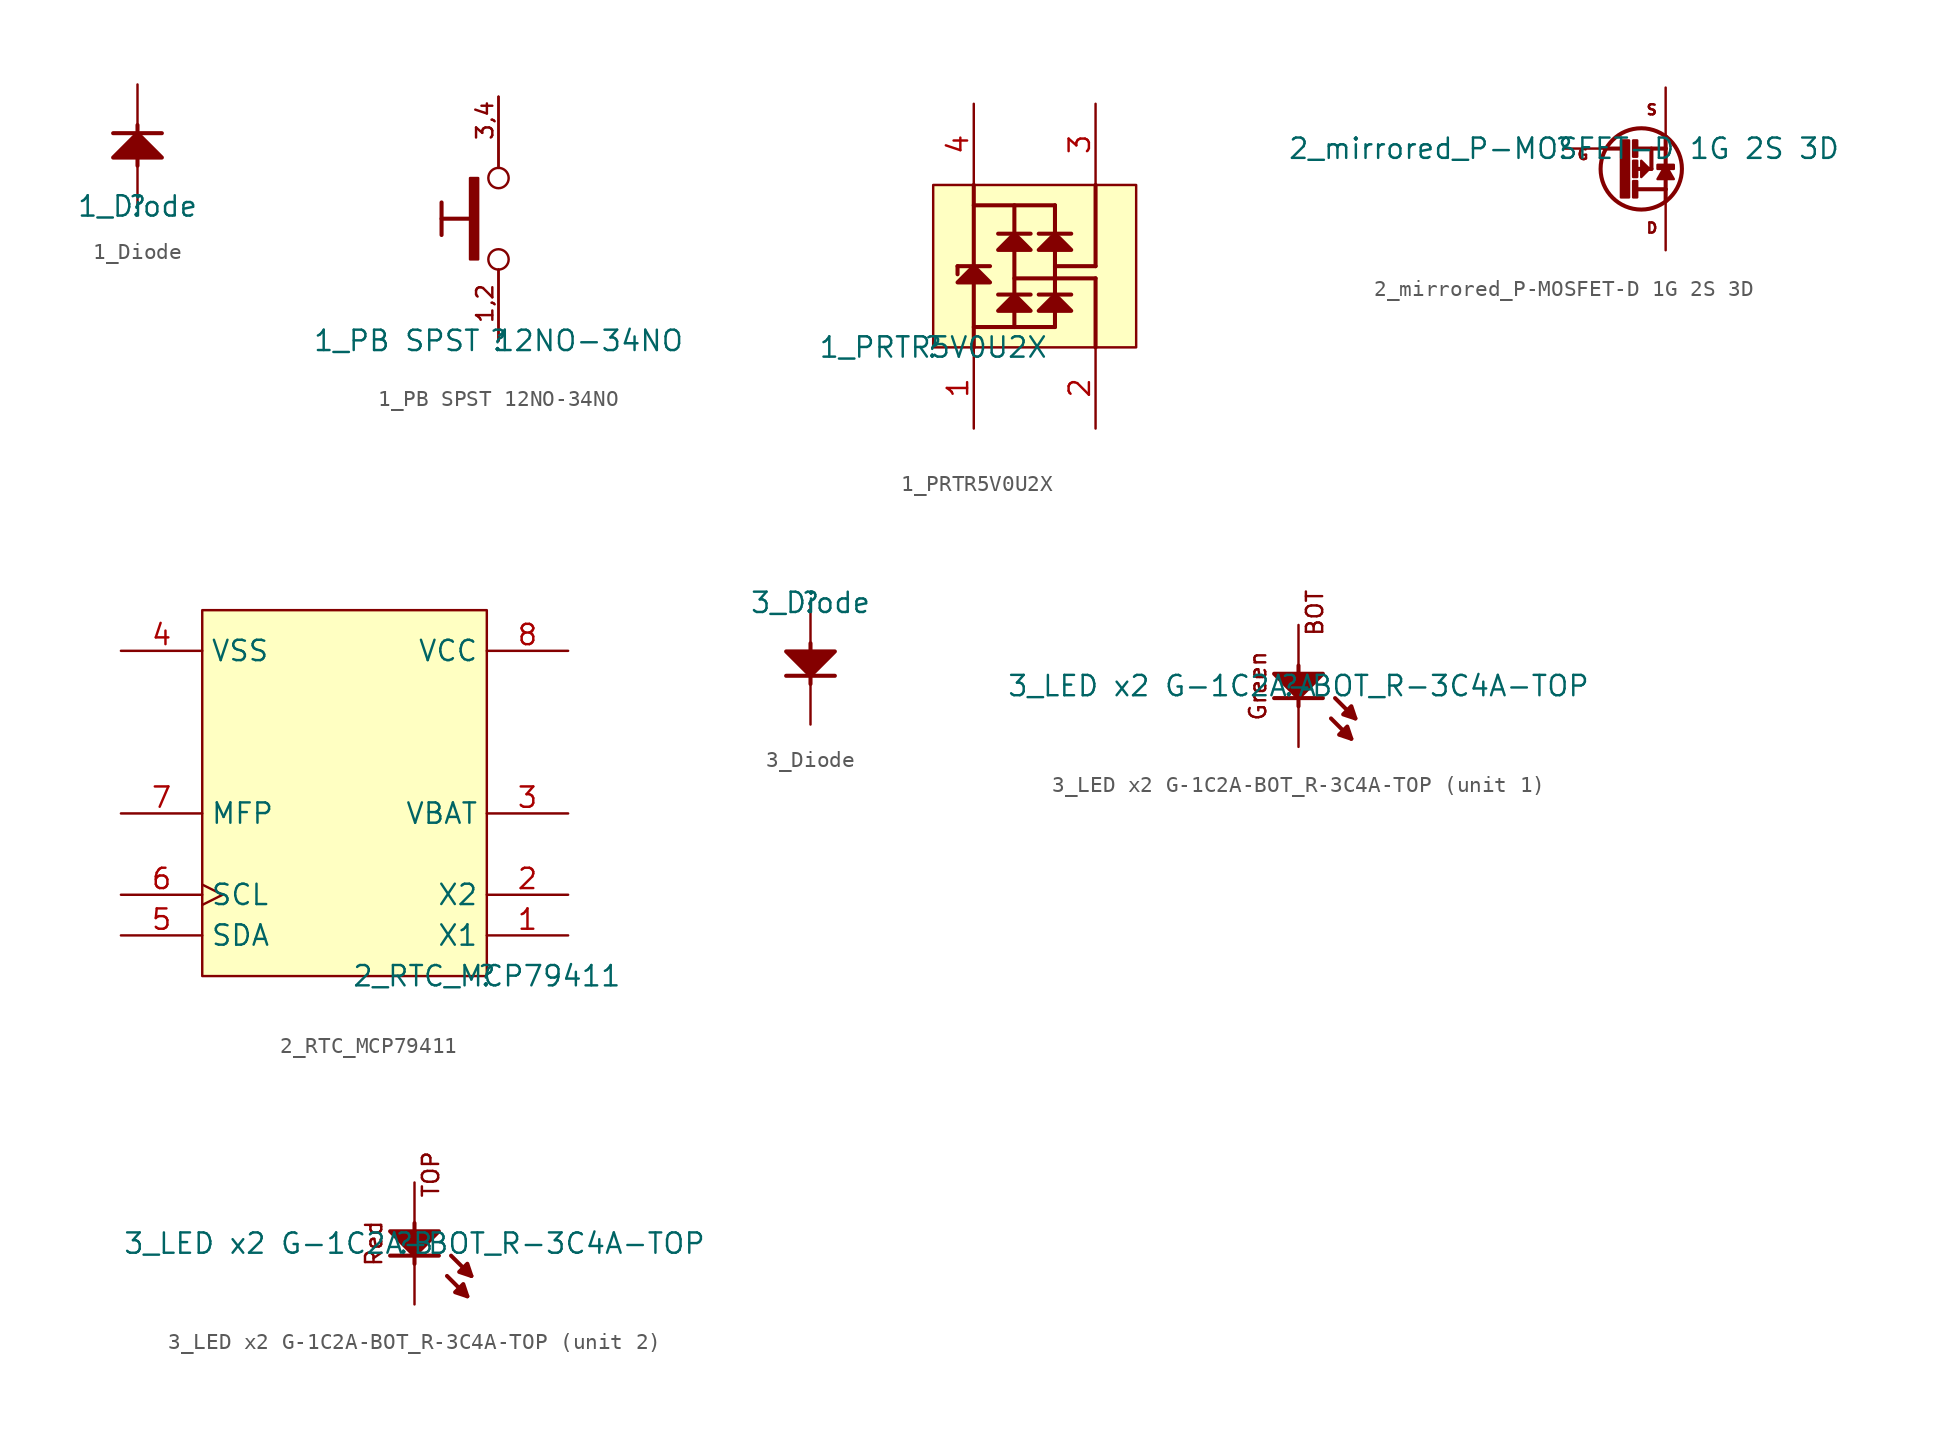
<source format=kicad_sym>
(kicad_symbol_lib
  (version 20220331)
  (generator kicad_symbol_editor)
  (symbol "1_Diode"
    (property "Reference" ""
      (at 0 0 0)
      (effects (font (size 1.27 1.27))))
    (property "Value" "1_Diode"
      (at 0 0 0)
      (effects (font (size 1.27 1.27))))
    (symbol "1_Diode_1_0"
      (polyline (pts (xy -1.524 4.572) (xy 1.524 4.572)) (stroke (width 0.254) (type solid)) (fill (type none)))
      (polyline (pts (xy 0 2.54) (xy 0 5.08)) (stroke (width 0.254) (type solid)) (fill (type none)))
      (polyline (pts (xy 1.524 3.048) (xy 0 4.572) (xy -1.524 3.048) (xy 1.524 3.048)) (stroke (width 0.254) (type solid)) (fill (type outline)))
      (pin passive line (at 0 7.62 270) (length 2.54) (name "C" (effects (font (size 0 0)))) (number "1" (effects (font (size 0 0)))))
      (pin passive line (at 0 0 90) (length 2.54) (name "A" (effects (font (size 0 0)))) (number "2" (effects (font (size 0 0)))))))
  (symbol "1_PB SPST 12NO-34NO"
    (property "Reference" ""
      (at 0 0 0)
      (effects (font (size 1.27 1.27))))
    (property "Value" "1_PB SPST 12NO-34NO"
      (at 0 0 0)
      (effects (font (size 1.27 1.27))))
    (symbol "1_PB SPST 12NO-34NO_1_0"
      (rectangle (start -1.27 10.16) (end -1.778 5.08) (stroke (width 0) (type solid)) (fill (type outline)))
      (polyline (pts (xy -3.556 8.636) (xy -3.556 6.604)) (stroke (width 0.254) (type solid)) (fill (type none)))
      (polyline (pts (xy -1.524 7.62) (xy -3.556 7.62)) (stroke (width 0.254) (type solid)) (fill (type none)))
      (circle (center 0 5.08) (radius 0.635) (stroke (width 0) (type solid)) (fill (type none)))
      (circle (center 0 10.16) (radius 0.635) (stroke (width 0) (type solid)) (fill (type none)))
      (text "1,2" (at -0.254 1.016 900) (effects (font (size 1.016 1.016)) (justify left bottom)))
      (text "3,4" (at -0.254 12.446 900) (effects (font (size 1.016 1.016)) (justify left bottom)))
      (pin bidirectional line (at 0 0 90) (length 4.445) (name "1" (effects (font (size 0 0)))) (number "1" (effects (font (size 0 0)))))
      (pin bidirectional line (at 0 0 90) (length 4.445) (name "2" (effects (font (size 0 0)))) (number "2" (effects (font (size 0 0)))))
      (pin bidirectional line (at 0 15.24 270) (length 4.445) (name "3" (effects (font (size 0 0)))) (number "3" (effects (font (size 0 0)))))
      (pin bidirectional line (at 0 15.24 270) (length 4.445) (name "4" (effects (font (size 0 0)))) (number "4" (effects (font (size 0 0)))))))
  (symbol "1_PRTR5V0U2X"
    (property "Reference" ""
      (at 0 0 0)
      (effects (font (size 1.27 1.27))))
    (property "Value" "1_PRTR5V0U2X"
      (at 0 0 0)
      (effects (font (size 1.27 1.27))))
    (symbol "1_PRTR5V0U2X_1_0"
      (polyline (pts (xy 1.524 4.572) (xy 1.524 5.08)) (stroke (width 0.254) (type solid)) (fill (type none)))
      (polyline (pts (xy 1.524 5.08) (xy 3.556 5.08)) (stroke (width 0.254) (type solid)) (fill (type none)))
      (polyline (pts (xy 2.54 0) (xy 2.54 10.16)) (stroke (width 0.254) (type solid)) (fill (type none)))
      (polyline (pts (xy 2.54 1.27) (xy 7.62 1.27)) (stroke (width 0.254) (type solid)) (fill (type none)))
      (polyline (pts (xy 2.54 8.89) (xy 7.62 8.89)) (stroke (width 0.254) (type solid)) (fill (type none)))
      (polyline (pts (xy 4.064 3.302) (xy 6.096 3.302)) (stroke (width 0.254) (type solid)) (fill (type none)))
      (polyline (pts (xy 4.064 7.112) (xy 6.096 7.112)) (stroke (width 0.254) (type solid)) (fill (type none)))
      (polyline (pts (xy 5.08 1.27) (xy 5.08 8.89)) (stroke (width 0.254) (type solid)) (fill (type none)))
      (polyline (pts (xy 6.604 3.302) (xy 8.636 3.302)) (stroke (width 0.254) (type solid)) (fill (type none)))
      (polyline (pts (xy 6.604 7.112) (xy 8.636 7.112)) (stroke (width 0.254) (type solid)) (fill (type none)))
      (polyline (pts (xy 7.62 1.27) (xy 7.62 8.89)) (stroke (width 0.254) (type solid)) (fill (type none)))
      (polyline (pts (xy 7.62 5.08) (xy 10.16 5.08)) (stroke (width 0.254) (type solid)) (fill (type none)))
      (polyline (pts (xy 10.16 4.318) (xy 5.08 4.318)) (stroke (width 0.254) (type solid)) (fill (type none)))
      (polyline (pts (xy 10.16 4.318) (xy 10.16 0)) (stroke (width 0.254) (type solid)) (fill (type none)))
      (polyline (pts (xy 10.16 10.16) (xy 10.16 5.08)) (stroke (width 0.254) (type solid)) (fill (type none)))
      (polyline (pts (xy 3.556 4.064) (xy 2.54 5.08) (xy 1.524 4.064) (xy 3.556 4.064)) (stroke (width 0.254) (type solid)) (fill (type outline)))
      (polyline (pts (xy 6.096 2.286) (xy 5.08 3.302) (xy 4.064 2.286) (xy 6.096 2.286)) (stroke (width 0.254) (type solid)) (fill (type outline)))
      (polyline (pts (xy 6.096 6.096) (xy 5.08 7.112) (xy 4.064 6.096) (xy 6.096 6.096)) (stroke (width 0.254) (type solid)) (fill (type outline)))
      (polyline (pts (xy 8.636 2.286) (xy 7.62 3.302) (xy 6.604 2.286) (xy 8.636 2.286)) (stroke (width 0.254) (type solid)) (fill (type outline)))
      (polyline (pts (xy 8.636 6.096) (xy 7.62 7.112) (xy 6.604 6.096) (xy 8.636 6.096)) (stroke (width 0.254) (type solid)) (fill (type outline)))
      (rectangle (start 12.7 10.16) (end 0 0) (stroke (width 0) (type solid)) (fill (type background)))
      (pin power_in line (at 2.54 -5.08 90) (length 5.08) (name "GND" (effects (font (size 0 0)))) (number "1" (effects (font (size 1.27 1.27)))))
      (pin bidirectional line (at 10.16 -5.08 90) (length 5.08) (name "I/O1" (effects (font (size 0 0)))) (number "2" (effects (font (size 1.27 1.27)))))
      (pin bidirectional line (at 10.16 15.24 270) (length 5.08) (name "I/O2" (effects (font (size 0 0)))) (number "3" (effects (font (size 1.27 1.27)))))
      (pin power_in line (at 2.54 15.24 270) (length 5.08) (name "VCC" (effects (font (size 0 0)))) (number "4" (effects (font (size 1.27 1.27)))))))
  (symbol "2_mirrored_P-MOSFET-D 1G 2S 3D"
    (property "Reference" ""
      (at 0 0 0)
      (effects (font (size 1.27 1.27))))
    (property "Value" "2_mirrored_P-MOSFET-D 1G 2S 3D"
      (at 0 0 0)
      (effects (font (size 1.27 1.27))))
    (symbol "2_mirrored_P-MOSFET-D 1G 2S 3D_1_0"
      (polyline (pts (xy 3.556 0) (xy 2.54 0)) (stroke (width 0.254) (type solid)) (fill (type none)))
      (polyline (pts (xy 4.445 -1.27) (xy 5.461 -1.27)) (stroke (width 0.254) (type solid)) (fill (type none)))
      (polyline (pts (xy 4.572 -2.54) (xy 6.35 -2.54)) (stroke (width 0.254) (type solid)) (fill (type none)))
      (polyline (pts (xy 4.572 0) (xy 6.35 0)) (stroke (width 0.254) (type solid)) (fill (type none)))
      (polyline (pts (xy 5.461 -1.27) (xy 5.461 0)) (stroke (width 0.254) (type solid)) (fill (type none)))
      (polyline (pts (xy 6.35 -3.302) (xy 6.35 -2.54)) (stroke (width 0.254) (type solid)) (fill (type none)))
      (polyline (pts (xy 6.35 -2.54) (xy 6.35 0)) (stroke (width 0.254) (type solid)) (fill (type none)))
      (polyline (pts (xy 6.35 0) (xy 6.35 0.762)) (stroke (width 0.254) (type solid)) (fill (type none)))
      (polyline (pts (xy 5.334 -1.27) (xy 4.826 -0.762) (xy 4.826 -1.778) (xy 5.334 -1.27)) (stroke (width 0) (type solid)) (fill (type outline)))
      (polyline (pts (xy 6.35 -1.016) (xy 6.858 -1.905) (xy 5.842 -1.905) (xy 6.35 -1.016)) (stroke (width 0) (type solid)) (fill (type outline)))
      (polyline (pts (xy 3.556 0.508) (xy 4.064 0.508) (xy 4.064 -3.048) (xy 3.556 -3.048) (xy 3.556 0.508)) (stroke (width 0) (type solid)) (fill (type outline)))
      (rectangle (start 4.572 -2.032) (end 4.318 -3.048) (stroke (width 0) (type solid)) (fill (type outline)))
      (rectangle (start 4.572 -0.762) (end 4.318 -1.778) (stroke (width 0) (type solid)) (fill (type outline)))
      (rectangle (start 4.572 0.508) (end 4.318 -0.508) (stroke (width 0) (type solid)) (fill (type outline)))
      (circle (center 4.826 -1.27) (radius 2.54) (stroke (width 0.254) (type solid)) (fill (type none)))
      (rectangle (start 6.858 -1.016) (end 5.842 -1.27) (stroke (width 0) (type solid)) (fill (type outline)))
      (text "D" (at 5.08 -5.334 0) (effects (font (size 0.635 0.635)) (justify left bottom)))
      (text "G" (at 0.762 0 0) (effects (font (size 0.635 0.635)) (justify left top)))
      (text "S" (at 5.08 2.794 0) (effects (font (size 0.635 0.635)) (justify left top)))
      (pin passive line (at 0 0 0) (length 2.54) (name "G" (effects (font (size 0 0)))) (number "1" (effects (font (size 0 0)))))
      (pin passive line (at 6.35 3.81 270) (length 3.048) (name "S" (effects (font (size 0 0)))) (number "2" (effects (font (size 0 0)))))
      (pin passive line (at 6.35 -6.35 90) (length 3.048) (name "D" (effects (font (size 0 0)))) (number "3" (effects (font (size 0 0)))))))
  (symbol "2_RTC_MCP79411"
    (property "Reference" ""
      (at 0 0 0)
      (effects (font (size 1.27 1.27))))
    (property "Value" "2_RTC_MCP79411"
      (at 0 0 0)
      (effects (font (size 1.27 1.27))))
    (symbol "2_RTC_MCP79411_1_0"
      (rectangle (start 0 22.86) (end -17.78 0) (stroke (width 0) (type solid)) (fill (type background)))
      (pin input line (at 5.08 2.54 180) (length 5.08) (name "X1" (effects (font (size 1.27 1.27)))) (number "1" (effects (font (size 1.27 1.27)))))
      (pin output line (at 5.08 5.08 180) (length 5.08) (name "X2" (effects (font (size 1.27 1.27)))) (number "2" (effects (font (size 1.27 1.27)))))
      (pin power_in line (at 5.08 10.16 180) (length 5.08) (name "VBAT" (effects (font (size 1.27 1.27)))) (number "3" (effects (font (size 1.27 1.27)))))
      (pin power_in line (at -22.86 20.32 0) (length 5.08) (name "VSS" (effects (font (size 1.27 1.27)))) (number "4" (effects (font (size 1.27 1.27)))))
      (pin bidirectional line (at -22.86 2.54 0) (length 5.08) (name "SDA" (effects (font (size 1.27 1.27)))) (number "5" (effects (font (size 1.27 1.27)))))
      (pin input clock (at -22.86 5.08 0) (length 5.08) (name "SCL" (effects (font (size 1.27 1.27)))) (number "6" (effects (font (size 1.27 1.27)))))
      (pin open_collector line (at -22.86 10.16 0) (length 5.08) (name "MFP" (effects (font (size 1.27 1.27)))) (number "7" (effects (font (size 1.27 1.27)))))
      (pin power_in line (at 5.08 20.32 180) (length 5.08) (name "VCC" (effects (font (size 1.27 1.27)))) (number "8" (effects (font (size 1.27 1.27)))))))
  (symbol "3_Diode"
    (property "Reference" ""
      (at 0 0 0)
      (effects (font (size 1.27 1.27))))
    (property "Value" "3_Diode"
      (at 0 0 0)
      (effects (font (size 1.27 1.27))))
    (symbol "3_Diode_1_0"
      (polyline (pts (xy 0 -2.54) (xy 0 -5.08)) (stroke (width 0.254) (type solid)) (fill (type none)))
      (polyline (pts (xy 1.524 -4.572) (xy -1.524 -4.572)) (stroke (width 0.254) (type solid)) (fill (type none)))
      (polyline (pts (xy -1.524 -3.048) (xy 0 -4.572) (xy 1.524 -3.048) (xy -1.524 -3.048)) (stroke (width 0.254) (type solid)) (fill (type outline)))
      (pin passive line (at 0 -7.62 90) (length 2.54) (name "C" (effects (font (size 0 0)))) (number "1" (effects (font (size 0 0)))))
      (pin passive line (at 0 0 270) (length 2.54) (name "A" (effects (font (size 0 0)))) (number "2" (effects (font (size 0 0)))))))
  (symbol "3_LED x2 G-1C2A-BOT_R-3C4A-TOP"
    (property "Reference" ""
      (at 0 0 0)
      (effects (font (size 1.27 1.27))))
    (property "Value" "3_LED x2 G-1C2A-BOT_R-3C4A-TOP"
      (at 0 0 0)
      (effects (font (size 1.27 1.27))))
    (symbol "3_LED x2 G-1C2A-BOT_R-3C4A-TOP_1_0"
      (polyline (pts (xy 0 1.27) (xy 0 -1.27)) (stroke (width 0.254) (type solid)) (fill (type none)))
      (polyline (pts (xy 1.524 -0.762) (xy -1.524 -0.762)) (stroke (width 0.254) (type solid)) (fill (type none)))
      (polyline (pts (xy 2.032 -2.032) (xy 3.302 -3.302)) (stroke (width 0.254) (type solid)) (fill (type none)))
      (polyline (pts (xy 2.286 -0.762) (xy 3.556 -2.032)) (stroke (width 0.254) (type solid)) (fill (type none)))
      (polyline (pts (xy -1.524 0.762) (xy 0 -0.762) (xy 1.524 0.762) (xy -1.524 0.762)) (stroke (width 0.254) (type solid)) (fill (type outline)))
      (polyline (pts (xy 3.302 -3.302) (xy 3.048 -2.54) (xy 2.54 -3.048) (xy 3.302 -3.302)) (stroke (width 0.254) (type solid)) (fill (type outline)))
      (polyline (pts (xy 3.556 -2.032) (xy 3.302 -1.27) (xy 2.794 -1.778) (xy 3.556 -2.032)) (stroke (width 0.254) (type solid)) (fill (type outline)))
      (text "BOT" (at 1.016 4.572 900) (effects (font (size 1.016 1.016))))
      (text "Green" (at -2.54 0 900) (effects (font (size 1.016 1.016))))
      (pin passive line (at 0 -3.81 90) (length 2.54) (name "C" (effects (font (size 0 0)))) (number "1" (effects (font (size 0 0)))))
      (pin passive line (at 0 3.81 270) (length 2.54) (name "A" (effects (font (size 0 0)))) (number "2" (effects (font (size 0 0))))))
    (symbol "3_LED x2 G-1C2A-BOT_R-3C4A-TOP_2_0"
      (polyline (pts (xy 0 1.27) (xy 0 -1.27)) (stroke (width 0.254) (type solid)) (fill (type none)))
      (polyline (pts (xy 1.524 -0.762) (xy -1.524 -0.762)) (stroke (width 0.254) (type solid)) (fill (type none)))
      (polyline (pts (xy 2.032 -2.032) (xy 3.302 -3.302)) (stroke (width 0.254) (type solid)) (fill (type none)))
      (polyline (pts (xy 2.286 -0.762) (xy 3.556 -2.032)) (stroke (width 0.254) (type solid)) (fill (type none)))
      (polyline (pts (xy -1.524 0.762) (xy 0 -0.762) (xy 1.524 0.762) (xy -1.524 0.762)) (stroke (width 0.254) (type solid)) (fill (type outline)))
      (polyline (pts (xy 3.302 -3.302) (xy 3.048 -2.54) (xy 2.54 -3.048) (xy 3.302 -3.302)) (stroke (width 0.254) (type solid)) (fill (type outline)))
      (polyline (pts (xy 3.556 -2.032) (xy 3.302 -1.27) (xy 2.794 -1.778) (xy 3.556 -2.032)) (stroke (width 0.254) (type solid)) (fill (type outline)))
      (text "Red" (at -2.54 0 900) (effects (font (size 1.016 1.016))))
      (text "TOP" (at 1.016 4.318 900) (effects (font (size 1.016 1.016))))
      (pin passive line (at 0 -3.81 90) (length 2.54) (name "C" (effects (font (size 0 0)))) (number "3" (effects (font (size 0 0)))))
      (pin passive line (at 0 3.81 270) (length 2.54) (name "A" (effects (font (size 0 0)))) (number "4" (effects (font (size 0 0))))))))
</source>
